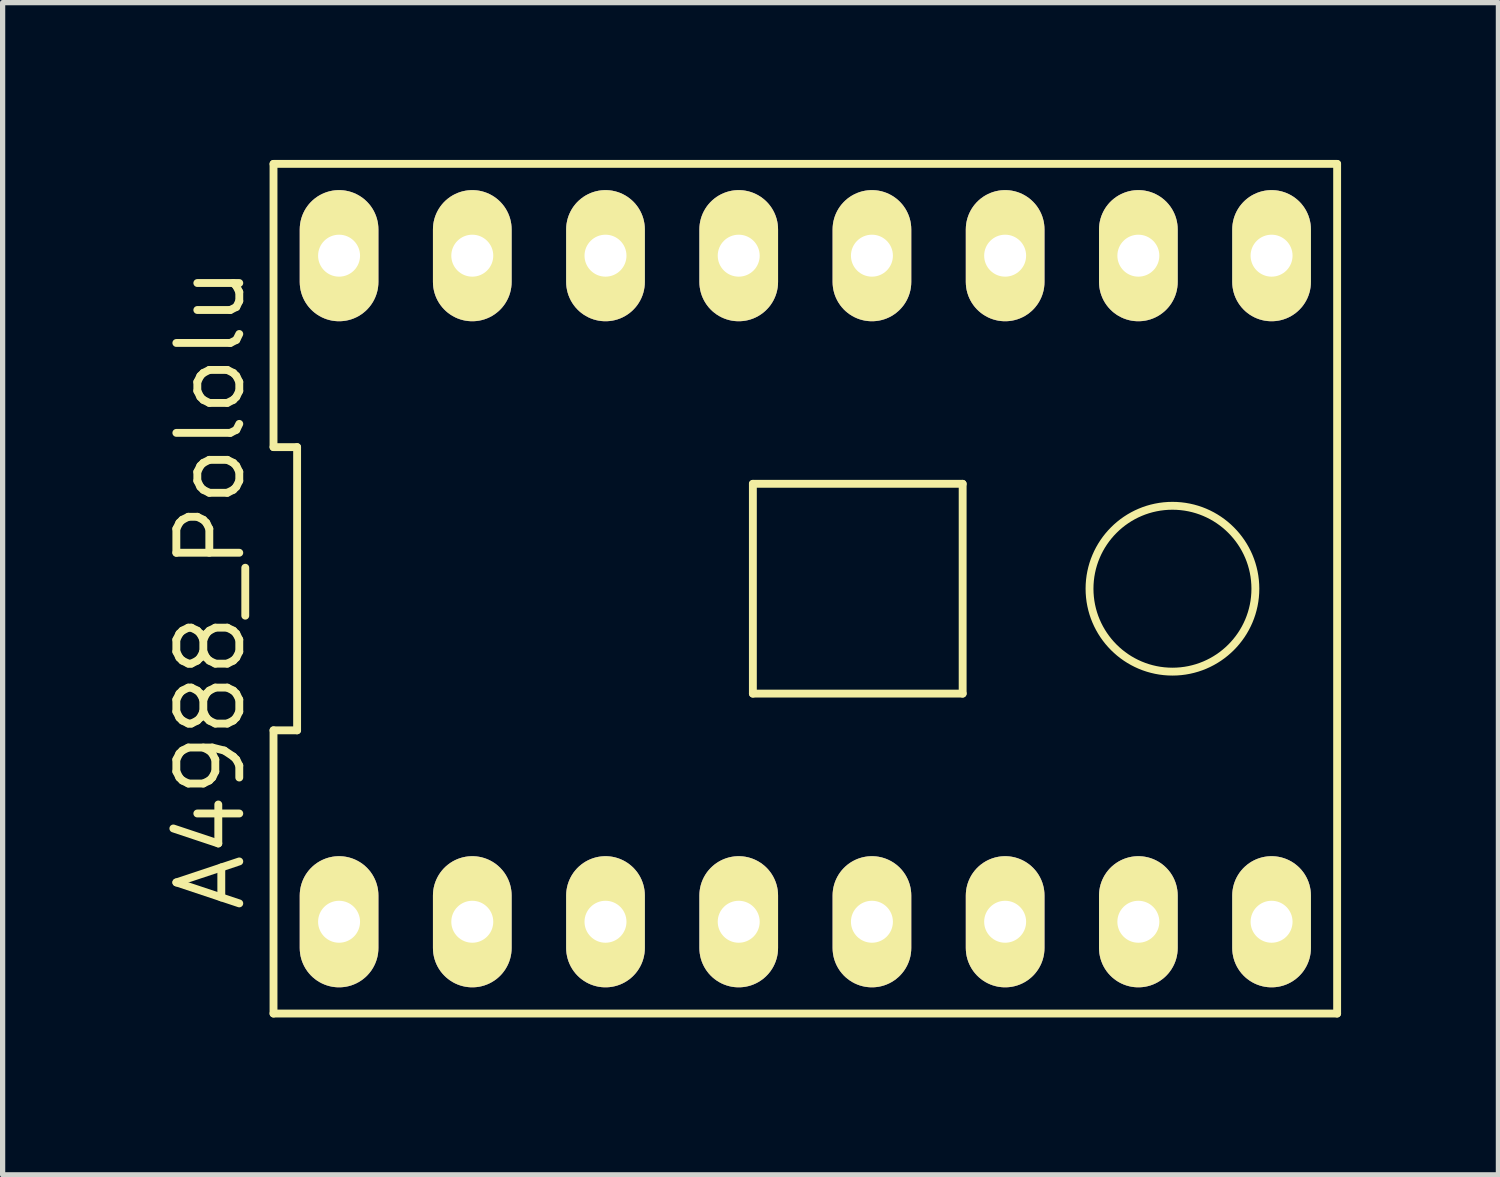
<source format=kicad_pcb>
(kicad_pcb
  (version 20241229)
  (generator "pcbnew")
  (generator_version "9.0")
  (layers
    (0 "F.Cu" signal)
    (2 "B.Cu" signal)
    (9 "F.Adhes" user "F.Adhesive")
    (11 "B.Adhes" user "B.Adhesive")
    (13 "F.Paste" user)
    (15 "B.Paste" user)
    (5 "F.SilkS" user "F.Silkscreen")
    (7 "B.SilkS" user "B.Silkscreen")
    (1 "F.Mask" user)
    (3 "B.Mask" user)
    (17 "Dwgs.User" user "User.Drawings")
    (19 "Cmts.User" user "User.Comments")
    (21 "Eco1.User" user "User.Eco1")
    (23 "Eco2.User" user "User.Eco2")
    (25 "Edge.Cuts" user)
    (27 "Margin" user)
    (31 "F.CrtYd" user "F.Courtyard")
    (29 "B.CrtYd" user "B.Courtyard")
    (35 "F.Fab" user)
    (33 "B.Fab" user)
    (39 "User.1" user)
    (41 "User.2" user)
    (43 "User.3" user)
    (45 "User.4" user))
  (footprint "A4988_Pololu"
    (layer "F.Cu")
    (at 12.305 8.175)
    (property "Reference" "A4988_Pololu" (at -11.34 0 90) (layer "F.SilkS") (effects (font (size 1.2 1.2) (thickness 0.15))))
    (attr through_hole)
    (fp_line (start -10.14 -8.1) (end -10.14 -2.7) (stroke (width 0.15) (type solid)) (layer "F.SilkS"))
    (fp_line (start -10.14 -2.7) (end -9.69 -2.7) (stroke (width 0.15) (type solid)) (layer "F.SilkS"))
    (fp_line (start -10.14 2.7) (end -10.14 8.1) (stroke (width 0.15) (type solid)) (layer "F.SilkS"))
    (fp_line (start -10.14 8.1) (end 10.14 8.1) (stroke (width 0.15) (type solid)) (layer "F.SilkS"))
    (fp_line (start -9.69 -2.7) (end -9.69 2.7) (stroke (width 0.15) (type solid)) (layer "F.SilkS"))
    (fp_line (start -9.69 2.7) (end -10.14 2.7) (stroke (width 0.15) (type solid)) (layer "F.SilkS"))
    (fp_line (start -1 -2) (end -1 2) (stroke (width 0.15) (type solid)) (layer "F.SilkS"))
    (fp_line (start -1 2) (end 3 2) (stroke (width 0.15) (type solid)) (layer "F.SilkS"))
    (fp_line (start 3 -2) (end -1 -2) (stroke (width 0.15) (type solid)) (layer "F.SilkS"))
    (fp_line (start 3 2) (end 3 -2) (stroke (width 0.15) (type solid)) (layer "F.SilkS"))
    (fp_line (start 10.14 -8.1) (end -10.14 -8.1) (stroke (width 0.15) (type solid)) (layer "F.SilkS"))
    (fp_line (start 10.14 8.1) (end 10.14 -8.1) (stroke (width 0.15) (type solid)) (layer "F.SilkS"))
    (fp_circle (center 7 0) (end 8.5 -0.5) (stroke (width 0.15) (type solid)) (fill no) (layer "F.SilkS"))
    (pad "1" thru_hole oval (at -8.89 6.35) (size 1.5 2.5) (drill 0.8) (layers "*.Cu" "*.Mask" "F.SilkS"))
    (pad "2" thru_hole oval (at -6.35 6.35) (size 1.5 2.5) (drill 0.8) (layers "*.Cu" "*.Mask" "F.SilkS"))
    (pad "3" thru_hole oval (at -3.81 6.35) (size 1.5 2.5) (drill 0.8) (layers "*.Cu" "*.Mask" "F.SilkS"))
    (pad "4" thru_hole oval (at -1.27 6.35) (size 1.5 2.5) (drill 0.8) (layers "*.Cu" "*.Mask" "F.SilkS"))
    (pad "5" thru_hole oval (at 1.27 6.35) (size 1.5 2.5) (drill 0.8) (layers "*.Cu" "*.Mask" "F.SilkS"))
    (pad "6" thru_hole oval (at 3.81 6.35) (size 1.5 2.5) (drill 0.8) (layers "*.Cu" "*.Mask" "F.SilkS"))
    (pad "7" thru_hole oval (at 6.35 6.35) (size 1.5 2.5) (drill 0.8) (layers "*.Cu" "*.Mask" "F.SilkS"))
    (pad "8" thru_hole oval (at 8.89 6.35) (size 1.5 2.5) (drill 0.8) (layers "*.Cu" "*.Mask" "F.SilkS"))
    (pad "9" thru_hole oval (at 8.89 -6.35) (size 1.5 2.5) (drill 0.8) (layers "*.Cu" "*.Mask" "F.SilkS"))
    (pad "10" thru_hole oval (at 6.35 -6.35) (size 1.5 2.5) (drill 0.8) (layers "*.Cu" "*.Mask" "F.SilkS"))
    (pad "11" thru_hole oval (at 3.81 -6.35) (size 1.5 2.5) (drill 0.8) (layers "*.Cu" "*.Mask" "F.SilkS"))
    (pad "12" thru_hole oval (at 1.27 -6.35) (size 1.5 2.5) (drill 0.8) (layers "*.Cu" "*.Mask" "F.SilkS"))
    (pad "13" thru_hole oval (at -1.27 -6.35) (size 1.5 2.5) (drill 0.8) (layers "*.Cu" "*.Mask" "F.SilkS"))
    (pad "14" thru_hole oval (at -3.81 -6.35) (size 1.5 2.5) (drill 0.8) (layers "*.Cu" "*.Mask" "F.SilkS"))
    (pad "15" thru_hole oval (at -6.35 -6.35) (size 1.5 2.5) (drill 0.8) (layers "*.Cu" "*.Mask" "F.SilkS"))
    (pad "16" thru_hole oval (at -8.89 -6.35) (size 1.5 2.5) (drill 0.8) (layers "*.Cu" "*.Mask" "F.SilkS")))
  (gr_rect
    (start -3 -3)
    (end 25.52 19.35)
    (stroke (width 0.1) (type default))
    (fill no)
    (layer "Edge.Cuts")))
</source>
